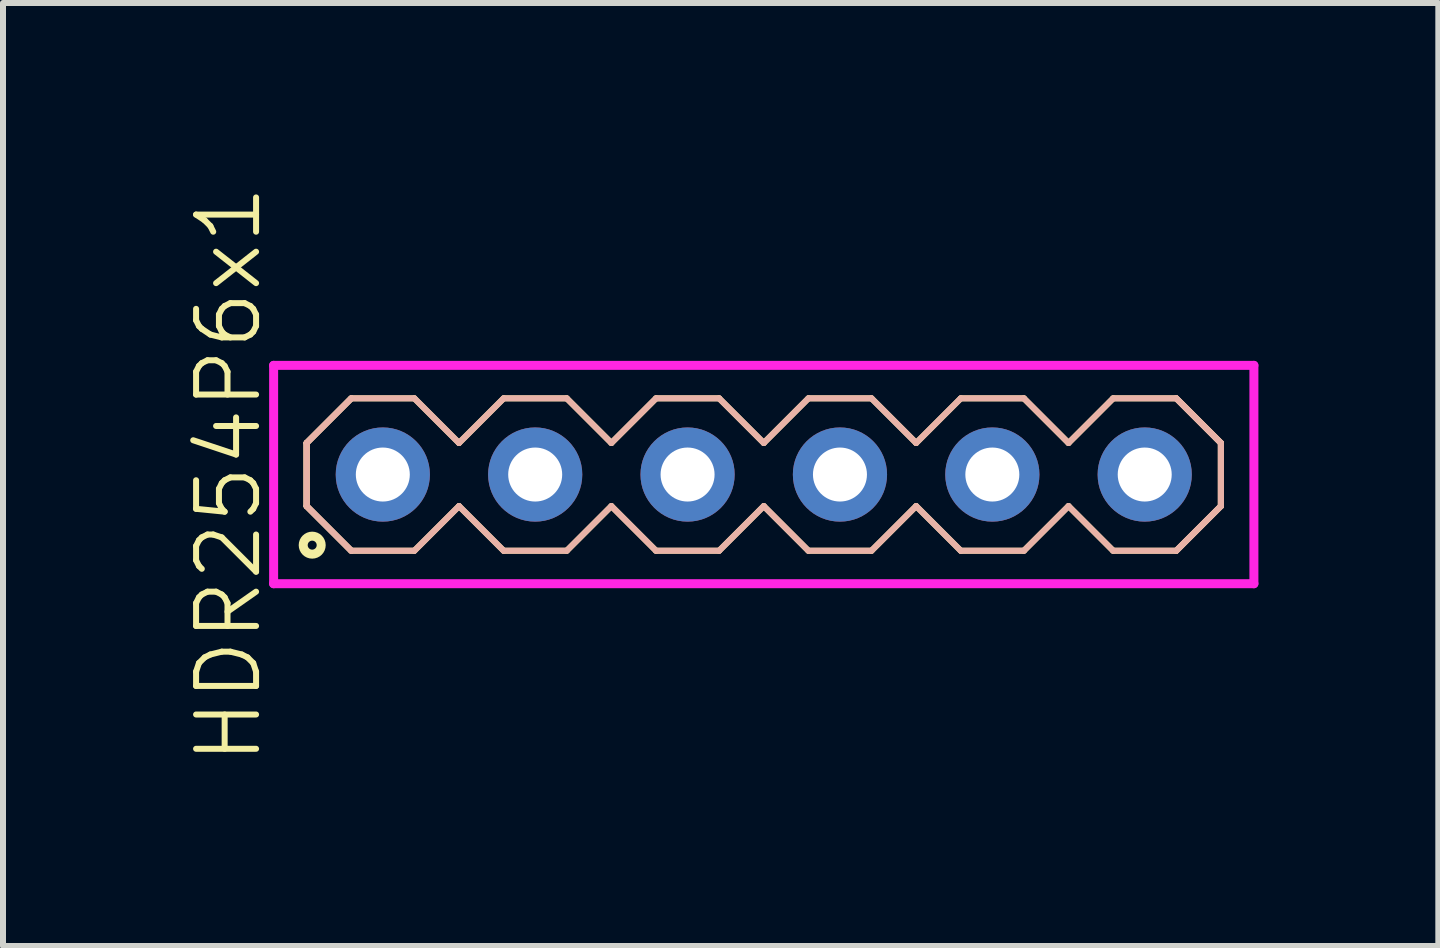
<source format=kicad_pcb>
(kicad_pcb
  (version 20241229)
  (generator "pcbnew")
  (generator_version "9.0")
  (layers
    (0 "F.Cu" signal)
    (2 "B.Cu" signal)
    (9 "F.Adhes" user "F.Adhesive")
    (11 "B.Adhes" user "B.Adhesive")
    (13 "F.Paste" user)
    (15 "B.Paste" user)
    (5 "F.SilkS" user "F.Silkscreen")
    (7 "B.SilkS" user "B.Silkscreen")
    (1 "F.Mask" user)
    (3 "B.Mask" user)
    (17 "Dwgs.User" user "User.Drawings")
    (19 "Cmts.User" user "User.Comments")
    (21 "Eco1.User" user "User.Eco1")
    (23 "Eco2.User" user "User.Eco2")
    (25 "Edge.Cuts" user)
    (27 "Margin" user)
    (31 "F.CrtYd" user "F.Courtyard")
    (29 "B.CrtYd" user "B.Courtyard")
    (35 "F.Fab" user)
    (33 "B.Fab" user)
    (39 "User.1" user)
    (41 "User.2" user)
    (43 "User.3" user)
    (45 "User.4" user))
  (footprint "HDR254P6x1"
    (layer "F.Cu")
    (at 9.681 4.86)
    (property "Reference" "HDR254P6x1" (at -8.92 0 90) (layer "F.SilkS") (effects (font (size 1 1) (thickness 0.1))))
    (attr through_hole)
    (fp_line (start -7.62 -0.526) (end -6.876 -1.27) (stroke (width 0.1) (type solid)) (layer "F.SilkS"))
    (fp_line (start -7.62 -0.526) (end -6.876 -1.27) (stroke (width 0.1) (type solid)) (layer "F.SilkS"))
    (fp_line (start -7.62 0.526) (end -7.62 -0.526) (stroke (width 0.1) (type solid)) (layer "F.SilkS"))
    (fp_line (start -7.62 0.526) (end -7.62 -0.526) (stroke (width 0.1) (type solid)) (layer "F.SilkS"))
    (fp_line (start -6.876 -1.27) (end -5.824 -1.27) (stroke (width 0.1) (type solid)) (layer "F.SilkS"))
    (fp_line (start -6.876 1.27) (end -7.62 0.526) (stroke (width 0.1) (type solid)) (layer "F.SilkS"))
    (fp_line (start -6.876 1.27) (end -7.62 0.526) (stroke (width 0.1) (type solid)) (layer "F.SilkS"))
    (fp_line (start -5.824 -1.27) (end -5.08 -0.526) (stroke (width 0.1) (type solid)) (layer "F.SilkS"))
    (fp_line (start -5.824 1.27) (end -6.876 1.27) (stroke (width 0.1) (type solid)) (layer "F.SilkS"))
    (fp_line (start -5.08 -0.526) (end -4.336 -1.27) (stroke (width 0.1) (type solid)) (layer "F.SilkS"))
    (fp_line (start -5.08 0.526) (end -5.824 1.27) (stroke (width 0.1) (type solid)) (layer "F.SilkS"))
    (fp_line (start -4.336 -1.27) (end -3.284 -1.27) (stroke (width 0.1) (type solid)) (layer "F.SilkS"))
    (fp_line (start -4.336 1.27) (end -5.08 0.526) (stroke (width 0.1) (type solid)) (layer "F.SilkS"))
    (fp_line (start -3.284 -1.27) (end -2.54 -0.526) (stroke (width 0.1) (type solid)) (layer "F.SilkS"))
    (fp_line (start -3.284 1.27) (end -4.336 1.27) (stroke (width 0.1) (type solid)) (layer "F.SilkS"))
    (fp_line (start -2.54 -0.526) (end -1.796 -1.27) (stroke (width 0.1) (type solid)) (layer "F.SilkS"))
    (fp_line (start -2.54 0.526) (end -3.284 1.27) (stroke (width 0.1) (type solid)) (layer "F.SilkS"))
    (fp_line (start -1.796 -1.27) (end -0.744 -1.27) (stroke (width 0.1) (type solid)) (layer "F.SilkS"))
    (fp_line (start -1.796 1.27) (end -2.54 0.526) (stroke (width 0.1) (type solid)) (layer "F.SilkS"))
    (fp_line (start -0.744 -1.27) (end 0 -0.526) (stroke (width 0.1) (type solid)) (layer "F.SilkS"))
    (fp_line (start -0.744 1.27) (end -1.796 1.27) (stroke (width 0.1) (type solid)) (layer "F.SilkS"))
    (fp_line (start 0 -0.526) (end 0.744 -1.27) (stroke (width 0.1) (type solid)) (layer "F.SilkS"))
    (fp_line (start 0 0.526) (end -0.744 1.27) (stroke (width 0.1) (type solid)) (layer "F.SilkS"))
    (fp_line (start 0.744 -1.27) (end 1.796 -1.27) (stroke (width 0.1) (type solid)) (layer "F.SilkS"))
    (fp_line (start 0.744 1.27) (end 0 0.526) (stroke (width 0.1) (type solid)) (layer "F.SilkS"))
    (fp_line (start 1.796 -1.27) (end 2.54 -0.526) (stroke (width 0.1) (type solid)) (layer "F.SilkS"))
    (fp_line (start 1.796 1.27) (end 0.744 1.27) (stroke (width 0.1) (type solid)) (layer "F.SilkS"))
    (fp_line (start 2.54 -0.526) (end 3.284 -1.27) (stroke (width 0.1) (type solid)) (layer "F.SilkS"))
    (fp_line (start 2.54 0.526) (end 1.796 1.27) (stroke (width 0.1) (type solid)) (layer "F.SilkS"))
    (fp_line (start 3.284 -1.27) (end 4.336 -1.27) (stroke (width 0.1) (type solid)) (layer "F.SilkS"))
    (fp_line (start 3.284 1.27) (end 2.54 0.526) (stroke (width 0.1) (type solid)) (layer "F.SilkS"))
    (fp_line (start 4.336 -1.27) (end 5.08 -0.526) (stroke (width 0.1) (type solid)) (layer "F.SilkS"))
    (fp_line (start 4.336 1.27) (end 3.284 1.27) (stroke (width 0.1) (type solid)) (layer "F.SilkS"))
    (fp_line (start 5.08 -0.526) (end 5.824 -1.27) (stroke (width 0.1) (type solid)) (layer "F.SilkS"))
    (fp_line (start 5.08 0.526) (end 4.336 1.27) (stroke (width 0.1) (type solid)) (layer "F.SilkS"))
    (fp_line (start 5.824 -1.27) (end 6.876 -1.27) (stroke (width 0.1) (type solid)) (layer "F.SilkS"))
    (fp_line (start 5.824 1.27) (end 5.08 0.526) (stroke (width 0.1) (type solid)) (layer "F.SilkS"))
    (fp_line (start 6.876 -1.27) (end 7.62 -0.526) (stroke (width 0.1) (type solid)) (layer "F.SilkS"))
    (fp_line (start 6.876 -1.27) (end 7.62 -0.526) (stroke (width 0.1) (type solid)) (layer "F.SilkS"))
    (fp_line (start 6.876 1.27) (end 5.824 1.27) (stroke (width 0.1) (type solid)) (layer "F.SilkS"))
    (fp_line (start 7.62 -0.526) (end 7.62 0.526) (stroke (width 0.1) (type solid)) (layer "F.SilkS"))
    (fp_line (start 7.62 -0.526) (end 7.62 0.526) (stroke (width 0.1) (type solid)) (layer "F.SilkS"))
    (fp_line (start 7.62 0.526) (end 6.876 1.27) (stroke (width 0.1) (type solid)) (layer "F.SilkS"))
    (fp_line (start 7.62 0.526) (end 6.876 1.27) (stroke (width 0.1) (type solid)) (layer "F.SilkS"))
    (fp_circle (center -7.527 1.177) (end -7.377 1.177) (stroke (width 0.15) (type solid)) (fill no) (layer "F.SilkS"))
    (fp_line (start -7.62 -0.526) (end -6.876 -1.27) (stroke (width 0.1) (type solid)) (layer "B.SilkS"))
    (fp_line (start -7.62 -0.526) (end -6.876 -1.27) (stroke (width 0.1) (type solid)) (layer "B.SilkS"))
    (fp_line (start -7.62 0.526) (end -7.62 -0.526) (stroke (width 0.1) (type solid)) (layer "B.SilkS"))
    (fp_line (start -7.62 0.526) (end -7.62 -0.526) (stroke (width 0.1) (type solid)) (layer "B.SilkS"))
    (fp_line (start -6.876 -1.27) (end -5.824 -1.27) (stroke (width 0.1) (type solid)) (layer "B.SilkS"))
    (fp_line (start -6.876 1.27) (end -7.62 0.526) (stroke (width 0.1) (type solid)) (layer "B.SilkS"))
    (fp_line (start -6.876 1.27) (end -7.62 0.526) (stroke (width 0.1) (type solid)) (layer "B.SilkS"))
    (fp_line (start -5.824 -1.27) (end -5.08 -0.526) (stroke (width 0.1) (type solid)) (layer "B.SilkS"))
    (fp_line (start -5.824 1.27) (end -6.876 1.27) (stroke (width 0.1) (type solid)) (layer "B.SilkS"))
    (fp_line (start -5.08 -0.526) (end -4.336 -1.27) (stroke (width 0.1) (type solid)) (layer "B.SilkS"))
    (fp_line (start -5.08 0.526) (end -5.824 1.27) (stroke (width 0.1) (type solid)) (layer "B.SilkS"))
    (fp_line (start -4.336 -1.27) (end -3.284 -1.27) (stroke (width 0.1) (type solid)) (layer "B.SilkS"))
    (fp_line (start -4.336 1.27) (end -5.08 0.526) (stroke (width 0.1) (type solid)) (layer "B.SilkS"))
    (fp_line (start -3.284 -1.27) (end -2.54 -0.526) (stroke (width 0.1) (type solid)) (layer "B.SilkS"))
    (fp_line (start -3.284 1.27) (end -4.336 1.27) (stroke (width 0.1) (type solid)) (layer "B.SilkS"))
    (fp_line (start -2.54 -0.526) (end -1.796 -1.27) (stroke (width 0.1) (type solid)) (layer "B.SilkS"))
    (fp_line (start -2.54 0.526) (end -3.284 1.27) (stroke (width 0.1) (type solid)) (layer "B.SilkS"))
    (fp_line (start -1.796 -1.27) (end -0.744 -1.27) (stroke (width 0.1) (type solid)) (layer "B.SilkS"))
    (fp_line (start -1.796 1.27) (end -2.54 0.526) (stroke (width 0.1) (type solid)) (layer "B.SilkS"))
    (fp_line (start -0.744 -1.27) (end 0 -0.526) (stroke (width 0.1) (type solid)) (layer "B.SilkS"))
    (fp_line (start -0.744 1.27) (end -1.796 1.27) (stroke (width 0.1) (type solid)) (layer "B.SilkS"))
    (fp_line (start 0 -0.526) (end 0.744 -1.27) (stroke (width 0.1) (type solid)) (layer "B.SilkS"))
    (fp_line (start 0 0.526) (end -0.744 1.27) (stroke (width 0.1) (type solid)) (layer "B.SilkS"))
    (fp_line (start 0.744 -1.27) (end 1.796 -1.27) (stroke (width 0.1) (type solid)) (layer "B.SilkS"))
    (fp_line (start 0.744 1.27) (end 0 0.526) (stroke (width 0.1) (type solid)) (layer "B.SilkS"))
    (fp_line (start 1.796 -1.27) (end 2.54 -0.526) (stroke (width 0.1) (type solid)) (layer "B.SilkS"))
    (fp_line (start 1.796 1.27) (end 0.744 1.27) (stroke (width 0.1) (type solid)) (layer "B.SilkS"))
    (fp_line (start 2.54 -0.526) (end 3.284 -1.27) (stroke (width 0.1) (type solid)) (layer "B.SilkS"))
    (fp_line (start 2.54 0.526) (end 1.796 1.27) (stroke (width 0.1) (type solid)) (layer "B.SilkS"))
    (fp_line (start 3.284 -1.27) (end 4.336 -1.27) (stroke (width 0.1) (type solid)) (layer "B.SilkS"))
    (fp_line (start 3.284 1.27) (end 2.54 0.526) (stroke (width 0.1) (type solid)) (layer "B.SilkS"))
    (fp_line (start 4.336 -1.27) (end 5.08 -0.526) (stroke (width 0.1) (type solid)) (layer "B.SilkS"))
    (fp_line (start 4.336 1.27) (end 3.284 1.27) (stroke (width 0.1) (type solid)) (layer "B.SilkS"))
    (fp_line (start 5.08 -0.526) (end 5.824 -1.27) (stroke (width 0.1) (type solid)) (layer "B.SilkS"))
    (fp_line (start 5.08 0.526) (end 4.336 1.27) (stroke (width 0.1) (type solid)) (layer "B.SilkS"))
    (fp_line (start 5.824 -1.27) (end 6.876 -1.27) (stroke (width 0.1) (type solid)) (layer "B.SilkS"))
    (fp_line (start 5.824 1.27) (end 5.08 0.526) (stroke (width 0.1) (type solid)) (layer "B.SilkS"))
    (fp_line (start 6.876 -1.27) (end 7.62 -0.526) (stroke (width 0.1) (type solid)) (layer "B.SilkS"))
    (fp_line (start 6.876 -1.27) (end 7.62 -0.526) (stroke (width 0.1) (type solid)) (layer "B.SilkS"))
    (fp_line (start 6.876 1.27) (end 5.824 1.27) (stroke (width 0.1) (type solid)) (layer "B.SilkS"))
    (fp_line (start 7.62 -0.526) (end 7.62 0.526) (stroke (width 0.1) (type solid)) (layer "B.SilkS"))
    (fp_line (start 7.62 -0.526) (end 7.62 0.526) (stroke (width 0.1) (type solid)) (layer "B.SilkS"))
    (fp_line (start 7.62 0.526) (end 6.876 1.27) (stroke (width 0.1) (type solid)) (layer "B.SilkS"))
    (fp_line (start 7.62 0.526) (end 6.876 1.27) (stroke (width 0.1) (type solid)) (layer "B.SilkS"))
    (fp_line (start -8.17 -1.82) (end -8.17 1.82) (stroke (width 0.15) (type solid)) (layer "F.CrtYd"))
    (fp_line (start -8.17 1.82) (end 8.17 1.82) (stroke (width 0.15) (type solid)) (layer "F.CrtYd"))
    (fp_line (start 8.17 -1.82) (end -8.17 -1.82) (stroke (width 0.15) (type solid)) (layer "F.CrtYd"))
    (fp_line (start 8.17 1.82) (end 8.17 -1.82) (stroke (width 0.15) (type solid)) (layer "F.CrtYd"))
    (pad "1" thru_hole oval (at -6.35 0) (size 1.57 1.57) (drill 0.9) (layers "*.Cu"))
    (pad "2" thru_hole oval (at -3.81 0) (size 1.57 1.57) (drill 0.9) (layers "*.Cu"))
    (pad "3" thru_hole oval (at -1.27 0) (size 1.57 1.57) (drill 0.9) (layers "*.Cu"))
    (pad "4" thru_hole oval (at 1.27 0) (size 1.57 1.57) (drill 0.9) (layers "*.Cu"))
    (pad "5" thru_hole oval (at 3.81 0) (size 1.57 1.57) (drill 0.9) (layers "*.Cu"))
    (pad "6" thru_hole oval (at 6.35 0) (size 1.57 1.57) (drill 0.9) (layers "*.Cu")))
  (gr_rect
    (start -3 -3)
    (end 20.925 12.719)
    (stroke (width 0.1) (type default))
    (fill no)
    (layer "Edge.Cuts")))
</source>
